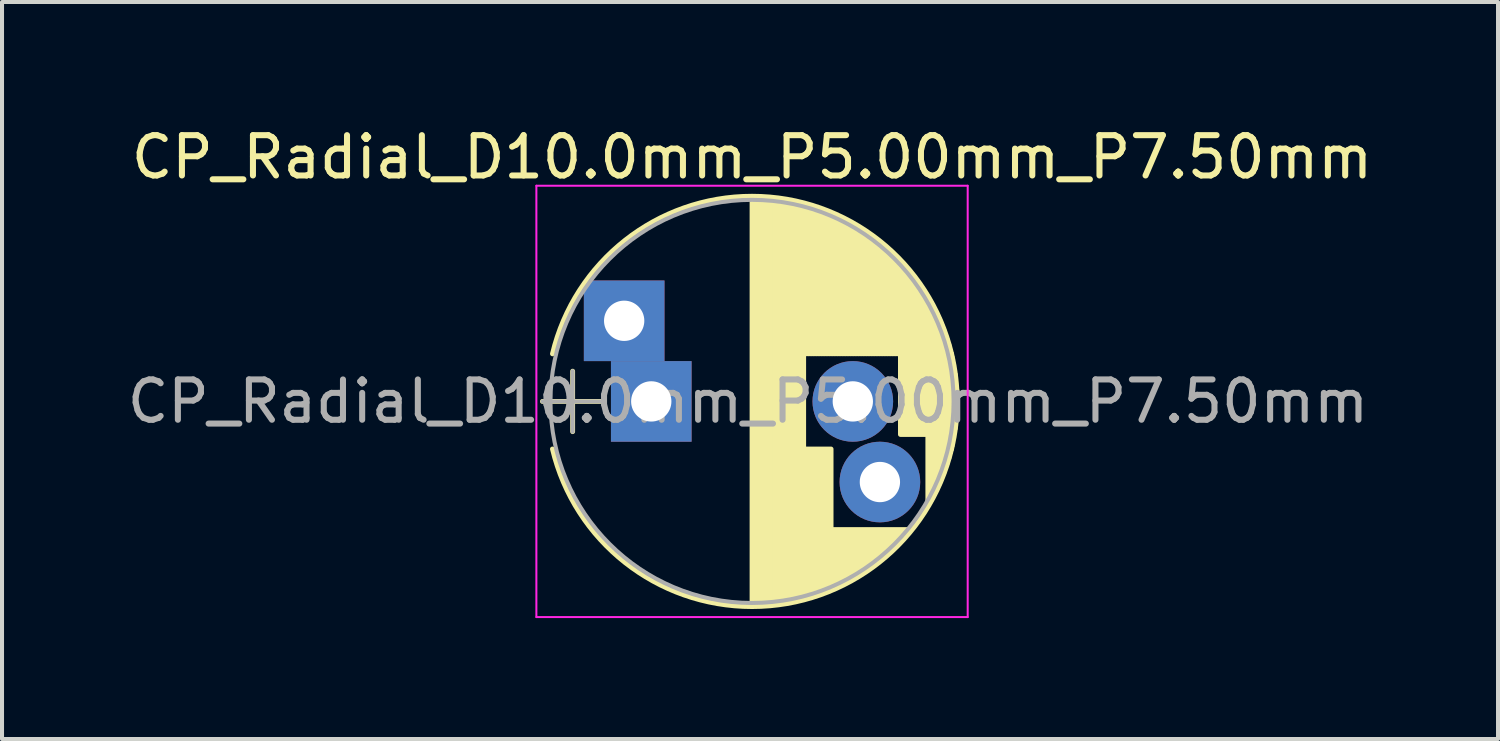
<source format=kicad_pcb>
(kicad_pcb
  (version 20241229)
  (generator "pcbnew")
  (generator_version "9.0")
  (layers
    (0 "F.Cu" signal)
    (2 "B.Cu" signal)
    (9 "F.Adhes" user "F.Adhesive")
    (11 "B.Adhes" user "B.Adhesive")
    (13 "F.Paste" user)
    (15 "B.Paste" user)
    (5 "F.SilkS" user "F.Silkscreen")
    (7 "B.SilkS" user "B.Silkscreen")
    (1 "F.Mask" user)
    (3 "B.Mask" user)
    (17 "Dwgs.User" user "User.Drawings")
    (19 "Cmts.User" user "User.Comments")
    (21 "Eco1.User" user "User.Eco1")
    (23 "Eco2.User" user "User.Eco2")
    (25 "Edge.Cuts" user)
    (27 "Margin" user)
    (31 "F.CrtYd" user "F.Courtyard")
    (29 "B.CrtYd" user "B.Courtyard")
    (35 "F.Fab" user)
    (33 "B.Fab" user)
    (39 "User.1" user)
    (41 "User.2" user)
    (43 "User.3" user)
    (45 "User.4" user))
  (footprint "CP_Radial_D10.0mm_P5.00mm_P7.50mm"
    (layer "F.Cu")
    (at 13.106 6.908)
    (property "Reference" "CP_Radial_D10.0mm_P5.00mm_P7.50mm" (at 2.5 -6.06 0) (layer "F.SilkS") (effects (font (size 1 1) (thickness 0.15))))
    (attr through_hole)
    (fp_line (start -2.7 0) (end -1.2 0) (stroke (width 0.12) (type solid)) (layer "F.SilkS"))
    (fp_line (start -1.95 -0.75) (end -1.95 0.75) (stroke (width 0.12) (type solid)) (layer "F.SilkS"))
    (fp_line (start 2.5 -5.05) (end 2.5 5.05) (stroke (width 0.12) (type solid)) (layer "F.SilkS"))
    (fp_line (start 2.54 -5.05) (end 2.54 5.05) (stroke (width 0.12) (type solid)) (layer "F.SilkS"))
    (fp_line (start 2.58 -5.05) (end 2.58 5.05) (stroke (width 0.12) (type solid)) (layer "F.SilkS"))
    (fp_line (start 2.62 -5.049) (end 2.62 5.049) (stroke (width 0.12) (type solid)) (layer "F.SilkS"))
    (fp_line (start 2.66 -5.048) (end 2.66 5.048) (stroke (width 0.12) (type solid)) (layer "F.SilkS"))
    (fp_line (start 2.7 -5.047) (end 2.7 5.047) (stroke (width 0.12) (type solid)) (layer "F.SilkS"))
    (fp_line (start 2.74 -5.045) (end 2.74 5.045) (stroke (width 0.12) (type solid)) (layer "F.SilkS"))
    (fp_line (start 2.78 -5.043) (end 2.78 5.043) (stroke (width 0.12) (type solid)) (layer "F.SilkS"))
    (fp_line (start 2.82 -5.04) (end 2.82 5.04) (stroke (width 0.12) (type solid)) (layer "F.SilkS"))
    (fp_line (start 2.86 -5.038) (end 2.86 5.038) (stroke (width 0.12) (type solid)) (layer "F.SilkS"))
    (fp_line (start 2.9 -5.035) (end 2.9 5.035) (stroke (width 0.12) (type solid)) (layer "F.SilkS"))
    (fp_line (start 2.94 -5.031) (end 2.94 5.031) (stroke (width 0.12) (type solid)) (layer "F.SilkS"))
    (fp_line (start 2.98 -5.028) (end 2.98 5.028) (stroke (width 0.12) (type solid)) (layer "F.SilkS"))
    (fp_line (start 3.02 -5.024) (end 3.02 5.024) (stroke (width 0.12) (type solid)) (layer "F.SilkS"))
    (fp_line (start 3.06 -5.02) (end 3.06 5.02) (stroke (width 0.12) (type solid)) (layer "F.SilkS"))
    (fp_line (start 3.1 -5.015) (end 3.1 5.015) (stroke (width 0.12) (type solid)) (layer "F.SilkS"))
    (fp_line (start 3.14 -5.01) (end 3.14 5.01) (stroke (width 0.12) (type solid)) (layer "F.SilkS"))
    (fp_line (start 3.18 -5.005) (end 3.18 5.005) (stroke (width 0.12) (type solid)) (layer "F.SilkS"))
    (fp_line (start 3.221 -4.999) (end 3.221 4.999) (stroke (width 0.12) (type solid)) (layer "F.SilkS"))
    (fp_line (start 3.261 -4.993) (end 3.261 4.993) (stroke (width 0.12) (type solid)) (layer "F.SilkS"))
    (fp_line (start 3.301 -4.987) (end 3.301 4.987) (stroke (width 0.12) (type solid)) (layer "F.SilkS"))
    (fp_line (start 3.341 -4.981) (end 3.341 4.981) (stroke (width 0.12) (type solid)) (layer "F.SilkS"))
    (fp_line (start 3.381 -4.974) (end 3.381 4.974) (stroke (width 0.12) (type solid)) (layer "F.SilkS"))
    (fp_line (start 3.421 -4.967) (end 3.421 4.967) (stroke (width 0.12) (type solid)) (layer "F.SilkS"))
    (fp_line (start 3.461 -4.959) (end 3.461 4.959) (stroke (width 0.12) (type solid)) (layer "F.SilkS"))
    (fp_line (start 3.501 -4.951) (end 3.501 4.951) (stroke (width 0.12) (type solid)) (layer "F.SilkS"))
    (fp_line (start 3.541 -4.943) (end 3.541 4.943) (stroke (width 0.12) (type solid)) (layer "F.SilkS"))
    (fp_line (start 3.581 -4.935) (end 3.581 4.935) (stroke (width 0.12) (type solid)) (layer "F.SilkS"))
    (fp_line (start 3.621 -4.926) (end 3.621 4.926) (stroke (width 0.12) (type solid)) (layer "F.SilkS"))
    (fp_line (start 3.661 -4.917) (end 3.661 4.917) (stroke (width 0.12) (type solid)) (layer "F.SilkS"))
    (fp_line (start 3.701 -4.907) (end 3.701 4.907) (stroke (width 0.12) (type solid)) (layer "F.SilkS"))
    (fp_line (start 3.741 -4.897) (end 3.741 4.897) (stroke (width 0.12) (type solid)) (layer "F.SilkS"))
    (fp_line (start 3.781 -4.887) (end 3.781 4.887) (stroke (width 0.12) (type solid)) (layer "F.SilkS"))
    (fp_line (start 3.821 -4.876) (end 3.821 -1.181) (stroke (width 0.12) (type solid)) (layer "F.SilkS"))
    (fp_line (start 3.821 1.181) (end 3.821 4.876) (stroke (width 0.12) (type solid)) (layer "F.SilkS"))
    (fp_line (start 3.861 -4.865) (end 3.861 -1.181) (stroke (width 0.12) (type solid)) (layer "F.SilkS"))
    (fp_line (start 3.861 1.181) (end 3.861 4.865) (stroke (width 0.12) (type solid)) (layer "F.SilkS"))
    (fp_line (start 3.901 -4.854) (end 3.901 -1.181) (stroke (width 0.12) (type solid)) (layer "F.SilkS"))
    (fp_line (start 3.901 1.181) (end 3.901 4.854) (stroke (width 0.12) (type solid)) (layer "F.SilkS"))
    (fp_line (start 3.941 -4.843) (end 3.941 -1.181) (stroke (width 0.12) (type solid)) (layer "F.SilkS"))
    (fp_line (start 3.941 1.181) (end 3.941 4.843) (stroke (width 0.12) (type solid)) (layer "F.SilkS"))
    (fp_line (start 3.981 -4.831) (end 3.981 -1.181) (stroke (width 0.12) (type solid)) (layer "F.SilkS"))
    (fp_line (start 3.981 1.181) (end 3.981 4.831) (stroke (width 0.12) (type solid)) (layer "F.SilkS"))
    (fp_line (start 4.021 -4.818) (end 4.021 -1.181) (stroke (width 0.12) (type solid)) (layer "F.SilkS"))
    (fp_line (start 4.021 1.181) (end 4.021 4.818) (stroke (width 0.12) (type solid)) (layer "F.SilkS"))
    (fp_line (start 4.061 -4.806) (end 4.061 -1.181) (stroke (width 0.12) (type solid)) (layer "F.SilkS"))
    (fp_line (start 4.061 1.181) (end 4.061 4.806) (stroke (width 0.12) (type solid)) (layer "F.SilkS"))
    (fp_line (start 4.101 -4.792) (end 4.101 -1.181) (stroke (width 0.12) (type solid)) (layer "F.SilkS"))
    (fp_line (start 4.101 1.181) (end 4.101 4.792) (stroke (width 0.12) (type solid)) (layer "F.SilkS"))
    (fp_line (start 4.141 -4.779) (end 4.141 -1.181) (stroke (width 0.12) (type solid)) (layer "F.SilkS"))
    (fp_line (start 4.141 1.181) (end 4.141 4.779) (stroke (width 0.12) (type solid)) (layer "F.SilkS"))
    (fp_line (start 4.181 -4.765) (end 4.181 -1.181) (stroke (width 0.12) (type solid)) (layer "F.SilkS"))
    (fp_line (start 4.181 1.181) (end 4.181 4.765) (stroke (width 0.12) (type solid)) (layer "F.SilkS"))
    (fp_line (start 4.221 -4.751) (end 4.221 -1.181) (stroke (width 0.12) (type solid)) (layer "F.SilkS"))
    (fp_line (start 4.221 1.181) (end 4.221 4.751) (stroke (width 0.12) (type solid)) (layer "F.SilkS"))
    (fp_line (start 4.261 -4.737) (end 4.261 -1.181) (stroke (width 0.12) (type solid)) (layer "F.SilkS"))
    (fp_line (start 4.261 1.181) (end 4.261 4.737) (stroke (width 0.12) (type solid)) (layer "F.SilkS"))
    (fp_line (start 4.301 -4.722) (end 4.301 -1.181) (stroke (width 0.12) (type solid)) (layer "F.SilkS"))
    (fp_line (start 4.301 1.181) (end 4.301 4.722) (stroke (width 0.12) (type solid)) (layer "F.SilkS"))
    (fp_line (start 4.341 -4.706) (end 4.341 -1.181) (stroke (width 0.12) (type solid)) (layer "F.SilkS"))
    (fp_line (start 4.341 1.181) (end 4.341 4.706) (stroke (width 0.12) (type solid)) (layer "F.SilkS"))
    (fp_line (start 4.381 -4.691) (end 4.381 -1.181) (stroke (width 0.12) (type solid)) (layer "F.SilkS"))
    (fp_line (start 4.381 1.181) (end 4.381 4.691) (stroke (width 0.12) (type solid)) (layer "F.SilkS"))
    (fp_line (start 4.421 -4.674) (end 4.421 -1.181) (stroke (width 0.12) (type solid)) (layer "F.SilkS"))
    (fp_line (start 4.421 1.181) (end 4.421 4.674) (stroke (width 0.12) (type solid)) (layer "F.SilkS"))
    (fp_line (start 4.461 -4.658) (end 4.461 -1.181) (stroke (width 0.12) (type solid)) (layer "F.SilkS"))
    (fp_line (start 4.461 1.181) (end 4.461 4.658) (stroke (width 0.12) (type solid)) (layer "F.SilkS"))
    (fp_line (start 4.501 -4.641) (end 4.501 -1.181) (stroke (width 0.12) (type solid)) (layer "F.SilkS"))
    (fp_line (start 4.501 3.18) (end 4.501 4.641) (stroke (width 0.12) (type solid)) (layer "F.SilkS"))
    (fp_line (start 4.541 -4.624) (end 4.541 -1.181) (stroke (width 0.12) (type solid)) (layer "F.SilkS"))
    (fp_line (start 4.541 3.18) (end 4.541 4.624) (stroke (width 0.12) (type solid)) (layer "F.SilkS"))
    (fp_line (start 4.581 -4.606) (end 4.581 -1.181) (stroke (width 0.12) (type solid)) (layer "F.SilkS"))
    (fp_line (start 4.581 3.18) (end 4.581 4.606) (stroke (width 0.12) (type solid)) (layer "F.SilkS"))
    (fp_line (start 4.621 -4.588) (end 4.621 -1.181) (stroke (width 0.12) (type solid)) (layer "F.SilkS"))
    (fp_line (start 4.621 3.18) (end 4.621 4.588) (stroke (width 0.12) (type solid)) (layer "F.SilkS"))
    (fp_line (start 4.661 -4.569) (end 4.661 -1.181) (stroke (width 0.12) (type solid)) (layer "F.SilkS"))
    (fp_line (start 4.661 3.18) (end 4.661 4.569) (stroke (width 0.12) (type solid)) (layer "F.SilkS"))
    (fp_line (start 4.701 -4.55) (end 4.701 -1.181) (stroke (width 0.12) (type solid)) (layer "F.SilkS"))
    (fp_line (start 4.701 3.18) (end 4.701 4.55) (stroke (width 0.12) (type solid)) (layer "F.SilkS"))
    (fp_line (start 4.741 -4.531) (end 4.741 -1.181) (stroke (width 0.12) (type solid)) (layer "F.SilkS"))
    (fp_line (start 4.741 3.18) (end 4.741 4.531) (stroke (width 0.12) (type solid)) (layer "F.SilkS"))
    (fp_line (start 4.781 -4.511) (end 4.781 -1.181) (stroke (width 0.12) (type solid)) (layer "F.SilkS"))
    (fp_line (start 4.781 3.18) (end 4.781 4.511) (stroke (width 0.12) (type solid)) (layer "F.SilkS"))
    (fp_line (start 4.821 -4.491) (end 4.821 -1.181) (stroke (width 0.12) (type solid)) (layer "F.SilkS"))
    (fp_line (start 4.821 3.18) (end 4.821 4.491) (stroke (width 0.12) (type solid)) (layer "F.SilkS"))
    (fp_line (start 4.861 -4.47) (end 4.861 -1.181) (stroke (width 0.12) (type solid)) (layer "F.SilkS"))
    (fp_line (start 4.861 3.18) (end 4.861 4.47) (stroke (width 0.12) (type solid)) (layer "F.SilkS"))
    (fp_line (start 4.901 -4.449) (end 4.901 -1.181) (stroke (width 0.12) (type solid)) (layer "F.SilkS"))
    (fp_line (start 4.901 3.18) (end 4.901 4.449) (stroke (width 0.12) (type solid)) (layer "F.SilkS"))
    (fp_line (start 4.941 -4.428) (end 4.941 -1.181) (stroke (width 0.12) (type solid)) (layer "F.SilkS"))
    (fp_line (start 4.941 3.18) (end 4.941 4.428) (stroke (width 0.12) (type solid)) (layer "F.SilkS"))
    (fp_line (start 4.981 -4.405) (end 4.981 -1.181) (stroke (width 0.12) (type solid)) (layer "F.SilkS"))
    (fp_line (start 4.981 3.18) (end 4.981 4.405) (stroke (width 0.12) (type solid)) (layer "F.SilkS"))
    (fp_line (start 5.021 -4.383) (end 5.021 -1.181) (stroke (width 0.12) (type solid)) (layer "F.SilkS"))
    (fp_line (start 5.021 3.18) (end 5.021 4.383) (stroke (width 0.12) (type solid)) (layer "F.SilkS"))
    (fp_line (start 5.061 -4.36) (end 5.061 -1.181) (stroke (width 0.12) (type solid)) (layer "F.SilkS"))
    (fp_line (start 5.061 3.18) (end 5.061 4.36) (stroke (width 0.12) (type solid)) (layer "F.SilkS"))
    (fp_line (start 5.101 -4.336) (end 5.101 -1.181) (stroke (width 0.12) (type solid)) (layer "F.SilkS"))
    (fp_line (start 5.101 3.18) (end 5.101 4.336) (stroke (width 0.12) (type solid)) (layer "F.SilkS"))
    (fp_line (start 5.141 -4.312) (end 5.141 -1.181) (stroke (width 0.12) (type solid)) (layer "F.SilkS"))
    (fp_line (start 5.141 3.18) (end 5.141 4.312) (stroke (width 0.12) (type solid)) (layer "F.SilkS"))
    (fp_line (start 5.181 -4.288) (end 5.181 -1.181) (stroke (width 0.12) (type solid)) (layer "F.SilkS"))
    (fp_line (start 5.181 3.18) (end 5.181 4.288) (stroke (width 0.12) (type solid)) (layer "F.SilkS"))
    (fp_line (start 5.221 -4.263) (end 5.221 -1.181) (stroke (width 0.12) (type solid)) (layer "F.SilkS"))
    (fp_line (start 5.221 3.18) (end 5.221 4.263) (stroke (width 0.12) (type solid)) (layer "F.SilkS"))
    (fp_line (start 5.261 -4.237) (end 5.261 -1.181) (stroke (width 0.12) (type solid)) (layer "F.SilkS"))
    (fp_line (start 5.261 3.18) (end 5.261 4.237) (stroke (width 0.12) (type solid)) (layer "F.SilkS"))
    (fp_line (start 5.301 -4.211) (end 5.301 -1.181) (stroke (width 0.12) (type solid)) (layer "F.SilkS"))
    (fp_line (start 5.301 3.18) (end 5.301 4.211) (stroke (width 0.12) (type solid)) (layer "F.SilkS"))
    (fp_line (start 5.341 -4.185) (end 5.341 -1.181) (stroke (width 0.12) (type solid)) (layer "F.SilkS"))
    (fp_line (start 5.341 3.18) (end 5.341 4.185) (stroke (width 0.12) (type solid)) (layer "F.SilkS"))
    (fp_line (start 5.381 -4.157) (end 5.381 -1.181) (stroke (width 0.12) (type solid)) (layer "F.SilkS"))
    (fp_line (start 5.381 3.18) (end 5.381 4.157) (stroke (width 0.12) (type solid)) (layer "F.SilkS"))
    (fp_line (start 5.421 -4.13) (end 5.421 -1.181) (stroke (width 0.12) (type solid)) (layer "F.SilkS"))
    (fp_line (start 5.421 3.18) (end 5.421 4.13) (stroke (width 0.12) (type solid)) (layer "F.SilkS"))
    (fp_line (start 5.461 -4.101) (end 5.461 -1.181) (stroke (width 0.12) (type solid)) (layer "F.SilkS"))
    (fp_line (start 5.461 3.18) (end 5.461 4.101) (stroke (width 0.12) (type solid)) (layer "F.SilkS"))
    (fp_line (start 5.501 -4.072) (end 5.501 -1.181) (stroke (width 0.12) (type solid)) (layer "F.SilkS"))
    (fp_line (start 5.501 3.18) (end 5.501 4.072) (stroke (width 0.12) (type solid)) (layer "F.SilkS"))
    (fp_line (start 5.541 -4.043) (end 5.541 -1.181) (stroke (width 0.12) (type solid)) (layer "F.SilkS"))
    (fp_line (start 5.541 3.18) (end 5.541 4.043) (stroke (width 0.12) (type solid)) (layer "F.SilkS"))
    (fp_line (start 5.581 -4.013) (end 5.581 -1.181) (stroke (width 0.12) (type solid)) (layer "F.SilkS"))
    (fp_line (start 5.581 3.18) (end 5.581 4.013) (stroke (width 0.12) (type solid)) (layer "F.SilkS"))
    (fp_line (start 5.621 -3.982) (end 5.621 -1.181) (stroke (width 0.12) (type solid)) (layer "F.SilkS"))
    (fp_line (start 5.621 3.18) (end 5.621 3.982) (stroke (width 0.12) (type solid)) (layer "F.SilkS"))
    (fp_line (start 5.661 -3.951) (end 5.661 -1.181) (stroke (width 0.12) (type solid)) (layer "F.SilkS"))
    (fp_line (start 5.661 3.18) (end 5.661 3.951) (stroke (width 0.12) (type solid)) (layer "F.SilkS"))
    (fp_line (start 5.701 -3.919) (end 5.701 -1.181) (stroke (width 0.12) (type solid)) (layer "F.SilkS"))
    (fp_line (start 5.701 3.18) (end 5.701 3.919) (stroke (width 0.12) (type solid)) (layer "F.SilkS"))
    (fp_line (start 5.741 -3.886) (end 5.741 -1.181) (stroke (width 0.12) (type solid)) (layer "F.SilkS"))
    (fp_line (start 5.741 3.18) (end 5.741 3.886) (stroke (width 0.12) (type solid)) (layer "F.SilkS"))
    (fp_line (start 5.781 -3.853) (end 5.781 -1.181) (stroke (width 0.12) (type solid)) (layer "F.SilkS"))
    (fp_line (start 5.781 3.18) (end 5.781 3.853) (stroke (width 0.12) (type solid)) (layer "F.SilkS"))
    (fp_line (start 5.821 -3.819) (end 5.821 -1.181) (stroke (width 0.12) (type solid)) (layer "F.SilkS"))
    (fp_line (start 5.821 3.18) (end 5.821 3.819) (stroke (width 0.12) (type solid)) (layer "F.SilkS"))
    (fp_line (start 5.861 -3.784) (end 5.861 -1.181) (stroke (width 0.12) (type solid)) (layer "F.SilkS"))
    (fp_line (start 5.861 3.18) (end 5.861 3.784) (stroke (width 0.12) (type solid)) (layer "F.SilkS"))
    (fp_line (start 5.901 -3.748) (end 5.901 -1.181) (stroke (width 0.12) (type solid)) (layer "F.SilkS"))
    (fp_line (start 5.901 3.18) (end 5.901 3.748) (stroke (width 0.12) (type solid)) (layer "F.SilkS"))
    (fp_line (start 5.941 -3.712) (end 5.941 -1.181) (stroke (width 0.12) (type solid)) (layer "F.SilkS"))
    (fp_line (start 5.941 3.18) (end 5.941 3.712) (stroke (width 0.12) (type solid)) (layer "F.SilkS"))
    (fp_line (start 5.981 -3.675) (end 5.981 -1.181) (stroke (width 0.12) (type solid)) (layer "F.SilkS"))
    (fp_line (start 5.981 3.18) (end 5.981 3.675) (stroke (width 0.12) (type solid)) (layer "F.SilkS"))
    (fp_line (start 6.021 -3.637) (end 6.021 -1.181) (stroke (width 0.12) (type solid)) (layer "F.SilkS"))
    (fp_line (start 6.021 3.18) (end 6.021 3.637) (stroke (width 0.12) (type solid)) (layer "F.SilkS"))
    (fp_line (start 6.061 -3.598) (end 6.061 -1.181) (stroke (width 0.12) (type solid)) (layer "F.SilkS"))
    (fp_line (start 6.061 3.18) (end 6.061 3.598) (stroke (width 0.12) (type solid)) (layer "F.SilkS"))
    (fp_line (start 6.101 -3.559) (end 6.101 -1.181) (stroke (width 0.12) (type solid)) (layer "F.SilkS"))
    (fp_line (start 6.101 3.18) (end 6.101 3.559) (stroke (width 0.12) (type solid)) (layer "F.SilkS"))
    (fp_line (start 6.141 -3.518) (end 6.141 -1.181) (stroke (width 0.12) (type solid)) (layer "F.SilkS"))
    (fp_line (start 6.141 3.18) (end 6.141 3.518) (stroke (width 0.12) (type solid)) (layer "F.SilkS"))
    (fp_line (start 6.181 -3.477) (end 6.181 0.82) (stroke (width 0.12) (type solid)) (layer "F.SilkS"))
    (fp_line (start 6.181 3.18) (end 6.181 3.477) (stroke (width 0.12) (type solid)) (layer "F.SilkS"))
    (fp_line (start 6.221 -3.435) (end 6.221 0.82) (stroke (width 0.12) (type solid)) (layer "F.SilkS"))
    (fp_line (start 6.221 3.18) (end 6.221 3.435) (stroke (width 0.12) (type solid)) (layer "F.SilkS"))
    (fp_line (start 6.261 -3.391) (end 6.261 0.82) (stroke (width 0.12) (type solid)) (layer "F.SilkS"))
    (fp_line (start 6.261 3.18) (end 6.261 3.391) (stroke (width 0.12) (type solid)) (layer "F.SilkS"))
    (fp_line (start 6.301 -3.347) (end 6.301 0.82) (stroke (width 0.12) (type solid)) (layer "F.SilkS"))
    (fp_line (start 6.301 3.18) (end 6.301 3.347) (stroke (width 0.12) (type solid)) (layer "F.SilkS"))
    (fp_line (start 6.341 -3.302) (end 6.341 0.82) (stroke (width 0.12) (type solid)) (layer "F.SilkS"))
    (fp_line (start 6.341 3.18) (end 6.341 3.302) (stroke (width 0.12) (type solid)) (layer "F.SilkS"))
    (fp_line (start 6.381 -3.255) (end 6.381 0.82) (stroke (width 0.12) (type solid)) (layer "F.SilkS"))
    (fp_line (start 6.381 3.18) (end 6.381 3.255) (stroke (width 0.12) (type solid)) (layer "F.SilkS"))
    (fp_line (start 6.421 -3.207) (end 6.421 0.82) (stroke (width 0.12) (type solid)) (layer "F.SilkS"))
    (fp_line (start 6.421 3.18) (end 6.421 3.207) (stroke (width 0.12) (type solid)) (layer "F.SilkS"))
    (fp_line (start 6.461 -3.158) (end 6.461 0.82) (stroke (width 0.12) (type solid)) (layer "F.SilkS"))
    (fp_line (start 6.501 -3.108) (end 6.501 0.82) (stroke (width 0.12) (type solid)) (layer "F.SilkS"))
    (fp_line (start 6.541 -3.057) (end 6.541 0.82) (stroke (width 0.12) (type solid)) (layer "F.SilkS"))
    (fp_line (start 6.581 -3.004) (end 6.581 0.82) (stroke (width 0.12) (type solid)) (layer "F.SilkS"))
    (fp_line (start 6.621 -2.949) (end 6.621 0.82) (stroke (width 0.12) (type solid)) (layer "F.SilkS"))
    (fp_line (start 6.661 -2.894) (end 6.661 0.82) (stroke (width 0.12) (type solid)) (layer "F.SilkS"))
    (fp_line (start 6.701 -2.836) (end 6.701 0.82) (stroke (width 0.12) (type solid)) (layer "F.SilkS"))
    (fp_line (start 6.741 -2.777) (end 6.741 0.82) (stroke (width 0.12) (type solid)) (layer "F.SilkS"))
    (fp_line (start 6.781 -2.715) (end 6.781 0.82) (stroke (width 0.12) (type solid)) (layer "F.SilkS"))
    (fp_line (start 6.821 -2.652) (end 6.821 0.82) (stroke (width 0.12) (type solid)) (layer "F.SilkS"))
    (fp_line (start 6.861 -2.587) (end 6.861 2.587) (stroke (width 0.12) (type solid)) (layer "F.SilkS"))
    (fp_line (start 6.901 -2.519) (end 6.901 2.519) (stroke (width 0.12) (type solid)) (layer "F.SilkS"))
    (fp_line (start 6.941 -2.449) (end 6.941 2.449) (stroke (width 0.12) (type solid)) (layer "F.SilkS"))
    (fp_line (start 6.981 -2.377) (end 6.981 2.377) (stroke (width 0.12) (type solid)) (layer "F.SilkS"))
    (fp_line (start 7.021 -2.301) (end 7.021 2.301) (stroke (width 0.12) (type solid)) (layer "F.SilkS"))
    (fp_line (start 7.061 -2.222) (end 7.061 2.222) (stroke (width 0.12) (type solid)) (layer "F.SilkS"))
    (fp_line (start 7.101 -2.14) (end 7.101 2.14) (stroke (width 0.12) (type solid)) (layer "F.SilkS"))
    (fp_line (start 7.141 -2.053) (end 7.141 2.053) (stroke (width 0.12) (type solid)) (layer "F.SilkS"))
    (fp_line (start 7.181 -1.962) (end 7.181 1.962) (stroke (width 0.12) (type solid)) (layer "F.SilkS"))
    (fp_line (start 7.221 -1.866) (end 7.221 1.866) (stroke (width 0.12) (type solid)) (layer "F.SilkS"))
    (fp_line (start 7.261 -1.763) (end 7.261 1.763) (stroke (width 0.12) (type solid)) (layer "F.SilkS"))
    (fp_line (start 7.301 -1.654) (end 7.301 1.654) (stroke (width 0.12) (type solid)) (layer "F.SilkS"))
    (fp_line (start 7.341 -1.536) (end 7.341 1.536) (stroke (width 0.12) (type solid)) (layer "F.SilkS"))
    (fp_line (start 7.381 -1.407) (end 7.381 1.407) (stroke (width 0.12) (type solid)) (layer "F.SilkS"))
    (fp_line (start 7.421 -1.265) (end 7.421 1.265) (stroke (width 0.12) (type solid)) (layer "F.SilkS"))
    (fp_line (start 7.461 -1.104) (end 7.461 1.104) (stroke (width 0.12) (type solid)) (layer "F.SilkS"))
    (fp_line (start 7.501 -0.913) (end 7.501 0.913) (stroke (width 0.12) (type solid)) (layer "F.SilkS"))
    (fp_line (start 7.541 -0.672) (end 7.541 0.672) (stroke (width 0.12) (type solid)) (layer "F.SilkS"))
    (fp_line (start 7.581 -0.279) (end 7.581 0.279) (stroke (width 0.12) (type solid)) (layer "F.SilkS"))
    (fp_arc (start -2.451333 -1.18) (mid 2.500414 -5.09) (end 7.451525 -1.179194) (stroke (width 0.12) (type solid)) (layer "F.SilkS"))
    (fp_arc (start 7.451333 -1.18) (mid 7.59 -0.000414) (end 7.451525 1.179194) (stroke (width 0.12) (type solid)) (layer "F.SilkS"))
    (fp_arc (start 7.451525 1.179194) (mid 2.500414 5.09) (end -2.451333 1.18) (stroke (width 0.12) (type solid)) (layer "F.SilkS"))
    (fp_line (start -2.85 -5.35) (end -2.85 5.35) (stroke (width 0.05) (type solid)) (layer "F.CrtYd"))
    (fp_line (start -2.85 5.35) (end 7.85 5.35) (stroke (width 0.05) (type solid)) (layer "F.CrtYd"))
    (fp_line (start 7.85 -5.35) (end -2.85 -5.35) (stroke (width 0.05) (type solid)) (layer "F.CrtYd"))
    (fp_line (start 7.85 5.35) (end 7.85 -5.35) (stroke (width 0.05) (type solid)) (layer "F.CrtYd"))
    (fp_line (start -2.7 0) (end -1.2 0) (stroke (width 0.1) (type solid)) (layer "F.Fab"))
    (fp_line (start -1.95 -0.75) (end -1.95 0.75) (stroke (width 0.1) (type solid)) (layer "F.Fab"))
    (fp_circle (center 2.5 0) (end 7.5 0) (stroke (width 0.1) (type solid)) (fill no) (layer "F.Fab"))
    (fp_text user "${REFERENCE}" (at 2.4 0 0) (layer "F.Fab") (effects (font (size 1 1) (thickness 0.15))))
    (pad "1" thru_hole rect (at -0.672 -2) (size 2 2) (drill 1) (layers "*.Cu" "*.Mask"))
    (pad "1" thru_hole rect (at 0 0) (size 2 2) (drill 1) (layers "*.Cu" "*.Mask"))
    (pad "2" thru_hole circle (at 5 0) (size 2 2) (drill 1) (layers "*.Cu" "*.Mask"))
    (pad "2" thru_hole circle (at 5.672 2) (size 2 2) (drill 1) (layers "*.Cu" "*.Mask")))
  (gr_rect
    (start -3 -3)
    (end 34.112 15.283)
    (stroke (width 0.1) (type default))
    (fill no)
    (layer "Edge.Cuts")))
</source>
